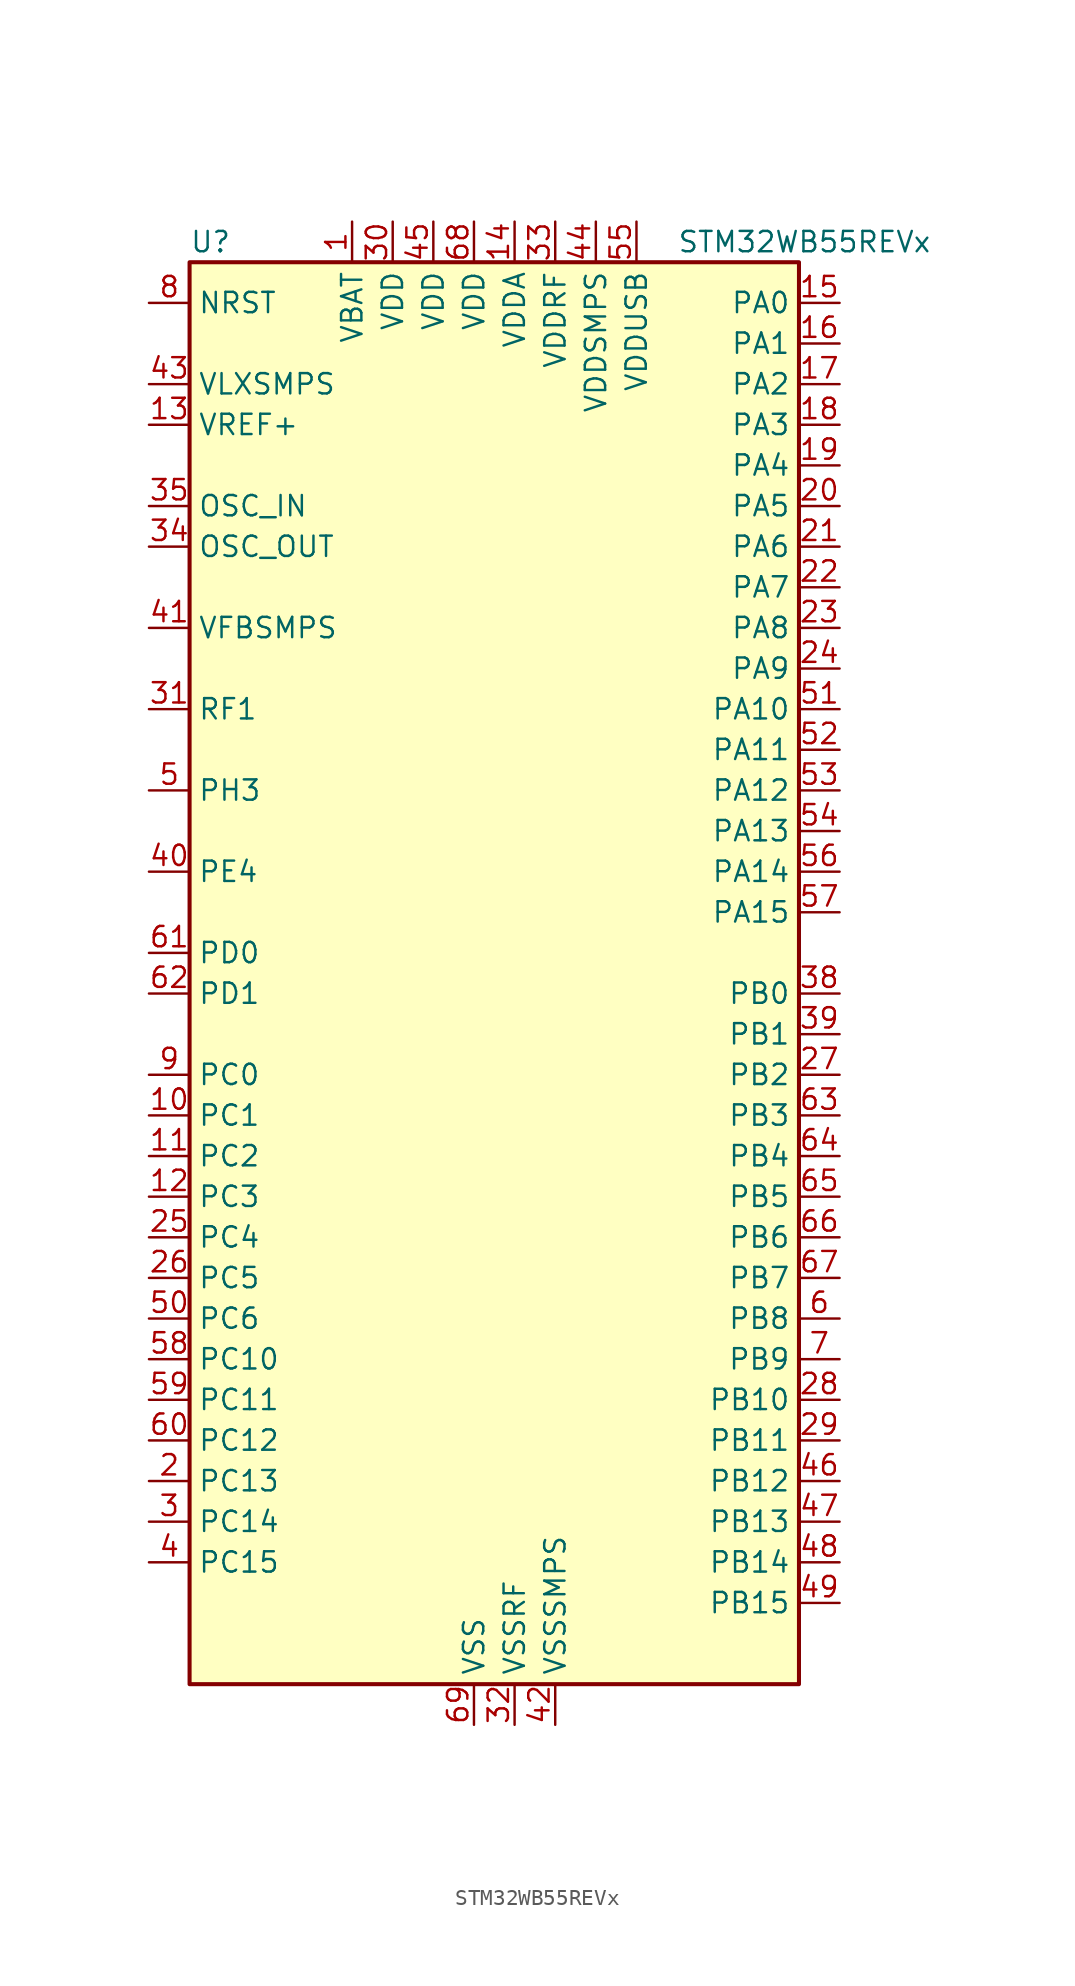
<source format=kicad_sym>
(kicad_symbol_lib
  (version 20231120)
  (generator "kicad_symbol_editor")
  (generator_version "8.0")
  (symbol "STM32WB55REVx"
    (property "Reference" "U"
      (at -17.78 46.99 0)
      (effects (font (size 1.27 1.27)) (justify left)))
    (property "Value" "STM32WB55REVx"
      (at 12.7 46.99 0)
      (effects (font (size 1.27 1.27)) (justify left)))
    (property "ki_locked" ""
      (at 0 0 0)
      (effects (font (size 1.27 1.27))))
    (symbol "STM32WB55REVx_0_1"
      (rectangle (start -17.78 -43.18) (end 20.32 45.72) (stroke (width 0.254) (type default)) (fill (type background))))
    (symbol "STM32WB55REVx_1_1"
      (pin power_in line (at -7.62 48.26 270) (length 2.54) (name "VBAT" (effects (font (size 1.27 1.27)))) (number "1" (effects (font (size 1.27 1.27)))))
      (pin bidirectional line (at -20.32 -7.62 0) (length 2.54) (name "PC1" (effects (font (size 1.27 1.27)))) (number "10" (effects (font (size 1.27 1.27)))) (alternate "ADC1_IN2" bidirectional line) (alternate "I2C3_SDA" bidirectional line) (alternate "LCD_SEG19" bidirectional line) (alternate "LPTIM1_OUT" bidirectional line) (alternate "LPUART1_TX" bidirectional line) (alternate "SPI2_MOSI" bidirectional line))
      (pin bidirectional line (at -20.32 -10.16 0) (length 2.54) (name "PC2" (effects (font (size 1.27 1.27)))) (number "11" (effects (font (size 1.27 1.27)))) (alternate "ADC1_IN3" bidirectional line) (alternate "LCD_SEG20" bidirectional line) (alternate "LPTIM1_IN2" bidirectional line) (alternate "SPI2_MISO" bidirectional line))
      (pin bidirectional line (at -20.32 -12.7 0) (length 2.54) (name "PC3" (effects (font (size 1.27 1.27)))) (number "12" (effects (font (size 1.27 1.27)))) (alternate "ADC1_IN4" bidirectional line) (alternate "LCD_VLCD" bidirectional line) (alternate "LPTIM1_ETR" bidirectional line) (alternate "LPTIM2_ETR" bidirectional line) (alternate "SAI1_D1" bidirectional line) (alternate "SAI1_SD_A" bidirectional line) (alternate "SPI2_MOSI" bidirectional line))
      (pin input line (at -20.32 35.56 0) (length 2.54) (name "VREF+" (effects (font (size 1.27 1.27)))) (number "13" (effects (font (size 1.27 1.27)))) (alternate "VREFBUF_OUT" bidirectional line))
      (pin power_in line (at 2.54 48.26 270) (length 2.54) (name "VDDA" (effects (font (size 1.27 1.27)))) (number "14" (effects (font (size 1.27 1.27)))))
      (pin bidirectional line (at 22.86 43.18 180) (length 2.54) (name "PA0" (effects (font (size 1.27 1.27)))) (number "15" (effects (font (size 1.27 1.27)))) (alternate "ADC1_IN5" bidirectional line) (alternate "COMP1_INM" bidirectional line) (alternate "COMP1_OUT" bidirectional line) (alternate "RTC_TAMP2" bidirectional line) (alternate "SAI1_EXTCLK" bidirectional line) (alternate "SYS_WKUP1" bidirectional line) (alternate "TIM2_CH1" bidirectional line) (alternate "TIM2_ETR" bidirectional line))
      (pin bidirectional line (at 22.86 40.64 180) (length 2.54) (name "PA1" (effects (font (size 1.27 1.27)))) (number "16" (effects (font (size 1.27 1.27)))) (alternate "ADC1_IN6" bidirectional line) (alternate "COMP1_INP" bidirectional line) (alternate "I2C1_SMBA" bidirectional line) (alternate "LCD_SEG0" bidirectional line) (alternate "SPI1_SCK" bidirectional line) (alternate "TIM2_CH2" bidirectional line))
      (pin bidirectional line (at 22.86 38.1 180) (length 2.54) (name "PA2" (effects (font (size 1.27 1.27)))) (number "17" (effects (font (size 1.27 1.27)))) (alternate "ADC1_IN7" bidirectional line) (alternate "COMP2_INM" bidirectional line) (alternate "COMP2_OUT" bidirectional line) (alternate "LCD_SEG1" bidirectional line) (alternate "LPUART1_TX" bidirectional line) (alternate "QUADSPI_BK1_NCS" bidirectional line) (alternate "RCC_LSCO" bidirectional line) (alternate "SYS_WKUP4" bidirectional line) (alternate "TIM2_CH3" bidirectional line))
      (pin bidirectional line (at 22.86 35.56 180) (length 2.54) (name "PA3" (effects (font (size 1.27 1.27)))) (number "18" (effects (font (size 1.27 1.27)))) (alternate "ADC1_IN8" bidirectional line) (alternate "COMP2_INP" bidirectional line) (alternate "LCD_SEG2" bidirectional line) (alternate "LPUART1_RX" bidirectional line) (alternate "QUADSPI_CLK" bidirectional line) (alternate "SAI1_CK1" bidirectional line) (alternate "SAI1_MCLK_A" bidirectional line) (alternate "TIM2_CH4" bidirectional line))
      (pin bidirectional line (at 22.86 33.02 180) (length 2.54) (name "PA4" (effects (font (size 1.27 1.27)))) (number "19" (effects (font (size 1.27 1.27)))) (alternate "ADC1_IN9" bidirectional line) (alternate "COMP1_INM" bidirectional line) (alternate "COMP2_INM" bidirectional line) (alternate "LCD_SEG5" bidirectional line) (alternate "LPTIM2_OUT" bidirectional line) (alternate "SAI1_FS_B" bidirectional line) (alternate "SPI1_NSS" bidirectional line))
      (pin bidirectional line (at -20.32 -30.48 0) (length 2.54) (name "PC13" (effects (font (size 1.27 1.27)))) (number "2" (effects (font (size 1.27 1.27)))) (alternate "RTC_OUT1" bidirectional line) (alternate "RTC_TAMP1" bidirectional line) (alternate "RTC_TS" bidirectional line) (alternate "SYS_WKUP2" bidirectional line))
      (pin bidirectional line (at 22.86 30.48 180) (length 2.54) (name "PA5" (effects (font (size 1.27 1.27)))) (number "20" (effects (font (size 1.27 1.27)))) (alternate "ADC1_IN10" bidirectional line) (alternate "COMP1_INM" bidirectional line) (alternate "COMP2_INM" bidirectional line) (alternate "LPTIM2_ETR" bidirectional line) (alternate "SAI1_SD_B" bidirectional line) (alternate "SPI1_SCK" bidirectional line) (alternate "TIM2_CH1" bidirectional line) (alternate "TIM2_ETR" bidirectional line))
      (pin bidirectional line (at 22.86 27.94 180) (length 2.54) (name "PA6" (effects (font (size 1.27 1.27)))) (number "21" (effects (font (size 1.27 1.27)))) (alternate "ADC1_IN11" bidirectional line) (alternate "LCD_SEG3" bidirectional line) (alternate "LPUART1_CTS" bidirectional line) (alternate "QUADSPI_BK1_IO3" bidirectional line) (alternate "SPI1_MISO" bidirectional line) (alternate "TIM16_CH1" bidirectional line) (alternate "TIM1_BKIN" bidirectional line))
      (pin bidirectional line (at 22.86 25.4 180) (length 2.54) (name "PA7" (effects (font (size 1.27 1.27)))) (number "22" (effects (font (size 1.27 1.27)))) (alternate "ADC1_IN12" bidirectional line) (alternate "COMP2_OUT" bidirectional line) (alternate "I2C3_SCL" bidirectional line) (alternate "LCD_SEG4" bidirectional line) (alternate "QUADSPI_BK1_IO2" bidirectional line) (alternate "SPI1_MOSI" bidirectional line) (alternate "TIM17_CH1" bidirectional line) (alternate "TIM1_CH1N" bidirectional line))
      (pin bidirectional line (at 22.86 22.86 180) (length 2.54) (name "PA8" (effects (font (size 1.27 1.27)))) (number "23" (effects (font (size 1.27 1.27)))) (alternate "ADC1_IN15" bidirectional line) (alternate "LCD_COM0" bidirectional line) (alternate "LPTIM2_OUT" bidirectional line) (alternate "RCC_MCO" bidirectional line) (alternate "SAI1_CK2" bidirectional line) (alternate "SAI1_SCK_A" bidirectional line) (alternate "TIM1_CH1" bidirectional line) (alternate "USART1_CK" bidirectional line))
      (pin bidirectional line (at 22.86 20.32 180) (length 2.54) (name "PA9" (effects (font (size 1.27 1.27)))) (number "24" (effects (font (size 1.27 1.27)))) (alternate "ADC1_IN16" bidirectional line) (alternate "COMP1_INM" bidirectional line) (alternate "I2C1_SCL" bidirectional line) (alternate "LCD_COM1" bidirectional line) (alternate "SAI1_D2" bidirectional line) (alternate "SAI1_FS_A" bidirectional line) (alternate "SPI2_SCK" bidirectional line) (alternate "TIM1_CH2" bidirectional line) (alternate "USART1_TX" bidirectional line))
      (pin bidirectional line (at -20.32 -15.24 0) (length 2.54) (name "PC4" (effects (font (size 1.27 1.27)))) (number "25" (effects (font (size 1.27 1.27)))) (alternate "ADC1_IN13" bidirectional line) (alternate "COMP1_INM" bidirectional line) (alternate "LCD_SEG22" bidirectional line))
      (pin bidirectional line (at -20.32 -17.78 0) (length 2.54) (name "PC5" (effects (font (size 1.27 1.27)))) (number "26" (effects (font (size 1.27 1.27)))) (alternate "ADC1_IN14" bidirectional line) (alternate "COMP1_INP" bidirectional line) (alternate "LCD_SEG23" bidirectional line) (alternate "SAI1_D3" bidirectional line) (alternate "SYS_WKUP5" bidirectional line))
      (pin bidirectional line (at 22.86 -5.08 180) (length 2.54) (name "PB2" (effects (font (size 1.27 1.27)))) (number "27" (effects (font (size 1.27 1.27)))) (alternate "COMP1_INP" bidirectional line) (alternate "I2C3_SMBA" bidirectional line) (alternate "LCD_VLCD" bidirectional line) (alternate "LPTIM1_OUT" bidirectional line) (alternate "RTC_OUT2" bidirectional line) (alternate "SAI1_EXTCLK" bidirectional line) (alternate "SPI1_NSS" bidirectional line))
      (pin bidirectional line (at 22.86 -25.4 180) (length 2.54) (name "PB10" (effects (font (size 1.27 1.27)))) (number "28" (effects (font (size 1.27 1.27)))) (alternate "COMP1_OUT" bidirectional line) (alternate "I2C3_SCL" bidirectional line) (alternate "LCD_SEG10" bidirectional line) (alternate "LPUART1_RX" bidirectional line) (alternate "QUADSPI_CLK" bidirectional line) (alternate "SAI1_SCK_A" bidirectional line) (alternate "SPI2_SCK" bidirectional line) (alternate "TIM2_CH3" bidirectional line) (alternate "TSC_SYNC" bidirectional line))
      (pin bidirectional line (at 22.86 -27.94 180) (length 2.54) (name "PB11" (effects (font (size 1.27 1.27)))) (number "29" (effects (font (size 1.27 1.27)))) (alternate "ADC1_EXTI11" bidirectional line) (alternate "COMP2_OUT" bidirectional line) (alternate "I2C3_SDA" bidirectional line) (alternate "LCD_SEG11" bidirectional line) (alternate "LPUART1_TX" bidirectional line) (alternate "QUADSPI_BK1_NCS" bidirectional line) (alternate "TIM2_CH4" bidirectional line))
      (pin bidirectional line (at -20.32 -33.02 0) (length 2.54) (name "PC14" (effects (font (size 1.27 1.27)))) (number "3" (effects (font (size 1.27 1.27)))) (alternate "RCC_OSC32_IN" bidirectional line))
      (pin power_in line (at -5.08 48.26 270) (length 2.54) (name "VDD" (effects (font (size 1.27 1.27)))) (number "30" (effects (font (size 1.27 1.27)))))
      (pin bidirectional line (at -20.32 17.78 0) (length 2.54) (name "RF1" (effects (font (size 1.27 1.27)))) (number "31" (effects (font (size 1.27 1.27)))) (alternate "RF_RF1" bidirectional line))
      (pin power_in line (at 2.54 -45.72 90) (length 2.54) (name "VSSRF" (effects (font (size 1.27 1.27)))) (number "32" (effects (font (size 1.27 1.27)))))
      (pin power_in line (at 5.08 48.26 270) (length 2.54) (name "VDDRF" (effects (font (size 1.27 1.27)))) (number "33" (effects (font (size 1.27 1.27)))))
      (pin input line (at -20.32 27.94 0) (length 2.54) (name "OSC_OUT" (effects (font (size 1.27 1.27)))) (number "34" (effects (font (size 1.27 1.27)))) (alternate "RCC_OSC_OUT" bidirectional line))
      (pin input line (at -20.32 30.48 0) (length 2.54) (name "OSC_IN" (effects (font (size 1.27 1.27)))) (number "35" (effects (font (size 1.27 1.27)))) (alternate "RCC_OSC_IN" bidirectional line))
      (pin no_connect line (at -17.78 -43.18 0) (length 2.54) hide (name "AT0" (effects (font (size 1.27 1.27)))) (number "36" (effects (font (size 1.27 1.27)))))
      (pin no_connect line (at -17.78 -40.64 0) (length 2.54) hide (name "AT1" (effects (font (size 1.27 1.27)))) (number "37" (effects (font (size 1.27 1.27)))))
      (pin bidirectional line (at 22.86 0 180) (length 2.54) (name "PB0" (effects (font (size 1.27 1.27)))) (number "38" (effects (font (size 1.27 1.27)))) (alternate "COMP1_OUT" bidirectional line) (alternate "RF_TX_MOD_EXT_PA" bidirectional line))
      (pin bidirectional line (at 22.86 -2.54 180) (length 2.54) (name "PB1" (effects (font (size 1.27 1.27)))) (number "39" (effects (font (size 1.27 1.27)))) (alternate "LPTIM2_IN1" bidirectional line) (alternate "LPUART1_DE" bidirectional line) (alternate "LPUART1_RTS" bidirectional line))
      (pin bidirectional line (at -20.32 -35.56 0) (length 2.54) (name "PC15" (effects (font (size 1.27 1.27)))) (number "4" (effects (font (size 1.27 1.27)))) (alternate "ADC1_EXTI15" bidirectional line) (alternate "RCC_OSC32_OUT" bidirectional line))
      (pin bidirectional line (at -20.32 7.62 0) (length 2.54) (name "PE4" (effects (font (size 1.27 1.27)))) (number "40" (effects (font (size 1.27 1.27)))))
      (pin input line (at -20.32 22.86 0) (length 2.54) (name "VFBSMPS" (effects (font (size 1.27 1.27)))) (number "41" (effects (font (size 1.27 1.27)))))
      (pin power_in line (at 5.08 -45.72 90) (length 2.54) (name "VSSSMPS" (effects (font (size 1.27 1.27)))) (number "42" (effects (font (size 1.27 1.27)))))
      (pin power_in line (at -20.32 38.1 0) (length 2.54) (name "VLXSMPS" (effects (font (size 1.27 1.27)))) (number "43" (effects (font (size 1.27 1.27)))))
      (pin power_in line (at 7.62 48.26 270) (length 2.54) (name "VDDSMPS" (effects (font (size 1.27 1.27)))) (number "44" (effects (font (size 1.27 1.27)))))
      (pin power_in line (at -2.54 48.26 270) (length 2.54) (name "VDD" (effects (font (size 1.27 1.27)))) (number "45" (effects (font (size 1.27 1.27)))))
      (pin bidirectional line (at 22.86 -30.48 180) (length 2.54) (name "PB12" (effects (font (size 1.27 1.27)))) (number "46" (effects (font (size 1.27 1.27)))) (alternate "I2C3_SMBA" bidirectional line) (alternate "LCD_SEG12" bidirectional line) (alternate "LPUART1_DE" bidirectional line) (alternate "LPUART1_RTS" bidirectional line) (alternate "SAI1_FS_A" bidirectional line) (alternate "SPI2_NSS" bidirectional line) (alternate "TIM1_BKIN" bidirectional line) (alternate "TSC_G1_IO1" bidirectional line))
      (pin bidirectional line (at 22.86 -33.02 180) (length 2.54) (name "PB13" (effects (font (size 1.27 1.27)))) (number "47" (effects (font (size 1.27 1.27)))) (alternate "I2C3_SCL" bidirectional line) (alternate "LCD_SEG13" bidirectional line) (alternate "LPUART1_CTS" bidirectional line) (alternate "SAI1_SCK_A" bidirectional line) (alternate "SPI2_SCK" bidirectional line) (alternate "TIM1_CH1N" bidirectional line) (alternate "TSC_G1_IO2" bidirectional line))
      (pin bidirectional line (at 22.86 -35.56 180) (length 2.54) (name "PB14" (effects (font (size 1.27 1.27)))) (number "48" (effects (font (size 1.27 1.27)))) (alternate "I2C3_SDA" bidirectional line) (alternate "LCD_SEG14" bidirectional line) (alternate "SAI1_MCLK_A" bidirectional line) (alternate "SPI2_MISO" bidirectional line) (alternate "TIM1_CH2N" bidirectional line) (alternate "TSC_G1_IO3" bidirectional line))
      (pin bidirectional line (at 22.86 -38.1 180) (length 2.54) (name "PB15" (effects (font (size 1.27 1.27)))) (number "49" (effects (font (size 1.27 1.27)))) (alternate "ADC1_EXTI15" bidirectional line) (alternate "LCD_SEG15" bidirectional line) (alternate "RTC_REFIN" bidirectional line) (alternate "SAI1_SD_A" bidirectional line) (alternate "SPI2_MOSI" bidirectional line) (alternate "TIM1_CH3N" bidirectional line) (alternate "TSC_G1_IO4" bidirectional line))
      (pin bidirectional line (at -20.32 12.7 0) (length 2.54) (name "PH3" (effects (font (size 1.27 1.27)))) (number "5" (effects (font (size 1.27 1.27)))) (alternate "RCC_LSCO" bidirectional line))
      (pin bidirectional line (at -20.32 -20.32 0) (length 2.54) (name "PC6" (effects (font (size 1.27 1.27)))) (number "50" (effects (font (size 1.27 1.27)))) (alternate "LCD_SEG24" bidirectional line))
      (pin bidirectional line (at 22.86 17.78 180) (length 2.54) (name "PA10" (effects (font (size 1.27 1.27)))) (number "51" (effects (font (size 1.27 1.27)))) (alternate "CRS_SYNC" bidirectional line) (alternate "I2C1_SDA" bidirectional line) (alternate "LCD_COM2" bidirectional line) (alternate "SAI1_D1" bidirectional line) (alternate "SAI1_SD_A" bidirectional line) (alternate "TIM17_BKIN" bidirectional line) (alternate "TIM1_CH3" bidirectional line) (alternate "USART1_RX" bidirectional line))
      (pin bidirectional line (at 22.86 15.24 180) (length 2.54) (name "PA11" (effects (font (size 1.27 1.27)))) (number "52" (effects (font (size 1.27 1.27)))) (alternate "ADC1_EXTI11" bidirectional line) (alternate "SPI1_MISO" bidirectional line) (alternate "TIM1_BKIN2" bidirectional line) (alternate "TIM1_CH4" bidirectional line) (alternate "USART1_CTS" bidirectional line) (alternate "USART1_NSS" bidirectional line) (alternate "USB_DM" bidirectional line))
      (pin bidirectional line (at 22.86 12.7 180) (length 2.54) (name "PA12" (effects (font (size 1.27 1.27)))) (number "53" (effects (font (size 1.27 1.27)))) (alternate "LPUART1_RX" bidirectional line) (alternate "SPI1_MOSI" bidirectional line) (alternate "TIM1_ETR" bidirectional line) (alternate "USART1_DE" bidirectional line) (alternate "USART1_RTS" bidirectional line) (alternate "USB_DP" bidirectional line))
      (pin bidirectional line (at 22.86 10.16 180) (length 2.54) (name "PA13" (effects (font (size 1.27 1.27)))) (number "54" (effects (font (size 1.27 1.27)))) (alternate "IR_OUT" bidirectional line) (alternate "SAI1_SD_B" bidirectional line) (alternate "SYS_JTMS-SWDIO" bidirectional line) (alternate "USB_NOE" bidirectional line))
      (pin power_in line (at 10.16 48.26 270) (length 2.54) (name "VDDUSB" (effects (font (size 1.27 1.27)))) (number "55" (effects (font (size 1.27 1.27)))))
      (pin bidirectional line (at 22.86 7.62 180) (length 2.54) (name "PA14" (effects (font (size 1.27 1.27)))) (number "56" (effects (font (size 1.27 1.27)))) (alternate "I2C1_SMBA" bidirectional line) (alternate "LCD_SEG5" bidirectional line) (alternate "LPTIM1_OUT" bidirectional line) (alternate "SAI1_FS_B" bidirectional line) (alternate "SYS_JTCK-SWCLK" bidirectional line))
      (pin bidirectional line (at 22.86 5.08 180) (length 2.54) (name "PA15" (effects (font (size 1.27 1.27)))) (number "57" (effects (font (size 1.27 1.27)))) (alternate "ADC1_EXTI15" bidirectional line) (alternate "LCD_SEG17" bidirectional line) (alternate "RCC_MCO" bidirectional line) (alternate "SPI1_NSS" bidirectional line) (alternate "SYS_JTDI" bidirectional line) (alternate "TIM2_CH1" bidirectional line) (alternate "TIM2_ETR" bidirectional line) (alternate "TSC_G3_IO1" bidirectional line))
      (pin bidirectional line (at -20.32 -22.86 0) (length 2.54) (name "PC10" (effects (font (size 1.27 1.27)))) (number "58" (effects (font (size 1.27 1.27)))) (alternate "LCD_COM4" bidirectional line) (alternate "LCD_SEG28" bidirectional line) (alternate "LCD_SEG40" bidirectional line) (alternate "SYS_TRACED1" bidirectional line) (alternate "TSC_G3_IO2" bidirectional line))
      (pin bidirectional line (at -20.32 -25.4 0) (length 2.54) (name "PC11" (effects (font (size 1.27 1.27)))) (number "59" (effects (font (size 1.27 1.27)))) (alternate "ADC1_EXTI11" bidirectional line) (alternate "LCD_COM5" bidirectional line) (alternate "LCD_SEG29" bidirectional line) (alternate "LCD_SEG41" bidirectional line) (alternate "TSC_G3_IO3" bidirectional line))
      (pin bidirectional line (at 22.86 -20.32 180) (length 2.54) (name "PB8" (effects (font (size 1.27 1.27)))) (number "6" (effects (font (size 1.27 1.27)))) (alternate "I2C1_SCL" bidirectional line) (alternate "LCD_SEG16" bidirectional line) (alternate "QUADSPI_BK1_IO1" bidirectional line) (alternate "SAI1_CK1" bidirectional line) (alternate "SAI1_MCLK_A" bidirectional line) (alternate "TIM16_CH1" bidirectional line) (alternate "TIM1_CH2N" bidirectional line))
      (pin bidirectional line (at -20.32 -27.94 0) (length 2.54) (name "PC12" (effects (font (size 1.27 1.27)))) (number "60" (effects (font (size 1.27 1.27)))) (alternate "LCD_COM6" bidirectional line) (alternate "LCD_SEG30" bidirectional line) (alternate "LCD_SEG42" bidirectional line) (alternate "RCC_LSCO" bidirectional line) (alternate "RTC_TAMP3" bidirectional line) (alternate "SYS_TRACED3" bidirectional line) (alternate "SYS_WKUP3" bidirectional line) (alternate "TSC_G3_IO4" bidirectional line))
      (pin bidirectional line (at -20.32 2.54 0) (length 2.54) (name "PD0" (effects (font (size 1.27 1.27)))) (number "61" (effects (font (size 1.27 1.27)))) (alternate "SPI2_NSS" bidirectional line))
      (pin bidirectional line (at -20.32 0 0) (length 2.54) (name "PD1" (effects (font (size 1.27 1.27)))) (number "62" (effects (font (size 1.27 1.27)))) (alternate "SPI2_SCK" bidirectional line))
      (pin bidirectional line (at 22.86 -7.62 180) (length 2.54) (name "PB3" (effects (font (size 1.27 1.27)))) (number "63" (effects (font (size 1.27 1.27)))) (alternate "COMP2_INM" bidirectional line) (alternate "LCD_SEG7" bidirectional line) (alternate "SAI1_SCK_B" bidirectional line) (alternate "SPI1_SCK" bidirectional line) (alternate "SYS_JTDO-SWO" bidirectional line) (alternate "TIM2_CH2" bidirectional line) (alternate "USART1_DE" bidirectional line) (alternate "USART1_RTS" bidirectional line))
      (pin bidirectional line (at 22.86 -10.16 180) (length 2.54) (name "PB4" (effects (font (size 1.27 1.27)))) (number "64" (effects (font (size 1.27 1.27)))) (alternate "COMP2_INP" bidirectional line) (alternate "I2C3_SDA" bidirectional line) (alternate "LCD_SEG8" bidirectional line) (alternate "SAI1_MCLK_B" bidirectional line) (alternate "SPI1_MISO" bidirectional line) (alternate "SYS_JTRST" bidirectional line) (alternate "TIM17_BKIN" bidirectional line) (alternate "TSC_G2_IO1" bidirectional line) (alternate "USART1_CTS" bidirectional line) (alternate "USART1_NSS" bidirectional line))
      (pin bidirectional line (at 22.86 -12.7 180) (length 2.54) (name "PB5" (effects (font (size 1.27 1.27)))) (number "65" (effects (font (size 1.27 1.27)))) (alternate "COMP2_OUT" bidirectional line) (alternate "I2C1_SMBA" bidirectional line) (alternate "LCD_SEG9" bidirectional line) (alternate "LPTIM1_IN1" bidirectional line) (alternate "LPUART1_TX" bidirectional line) (alternate "SAI1_SD_B" bidirectional line) (alternate "SPI1_MOSI" bidirectional line) (alternate "TIM16_BKIN" bidirectional line) (alternate "TSC_G2_IO2" bidirectional line) (alternate "USART1_CK" bidirectional line))
      (pin bidirectional line (at 22.86 -15.24 180) (length 2.54) (name "PB6" (effects (font (size 1.27 1.27)))) (number "66" (effects (font (size 1.27 1.27)))) (alternate "COMP2_INP" bidirectional line) (alternate "I2C1_SCL" bidirectional line) (alternate "LCD_SEG6" bidirectional line) (alternate "LPTIM1_ETR" bidirectional line) (alternate "RCC_MCO" bidirectional line) (alternate "SAI1_FS_B" bidirectional line) (alternate "TIM16_CH1N" bidirectional line) (alternate "TSC_G2_IO3" bidirectional line) (alternate "USART1_TX" bidirectional line))
      (pin bidirectional line (at 22.86 -17.78 180) (length 2.54) (name "PB7" (effects (font (size 1.27 1.27)))) (number "67" (effects (font (size 1.27 1.27)))) (alternate "COMP2_INM" bidirectional line) (alternate "I2C1_SDA" bidirectional line) (alternate "LCD_SEG21" bidirectional line) (alternate "LPTIM1_IN2" bidirectional line) (alternate "SYS_PVD_IN" bidirectional line) (alternate "TIM17_CH1N" bidirectional line) (alternate "TIM1_BKIN" bidirectional line) (alternate "TSC_G2_IO4" bidirectional line) (alternate "USART1_RX" bidirectional line))
      (pin power_in line (at 0 48.26 270) (length 2.54) (name "VDD" (effects (font (size 1.27 1.27)))) (number "68" (effects (font (size 1.27 1.27)))))
      (pin power_in line (at 0 -45.72 90) (length 2.54) (name "VSS" (effects (font (size 1.27 1.27)))) (number "69" (effects (font (size 1.27 1.27)))))
      (pin bidirectional line (at 22.86 -22.86 180) (length 2.54) (name "PB9" (effects (font (size 1.27 1.27)))) (number "7" (effects (font (size 1.27 1.27)))) (alternate "I2C1_SDA" bidirectional line) (alternate "IR_OUT" bidirectional line) (alternate "LCD_COM3" bidirectional line) (alternate "QUADSPI_BK1_IO0" bidirectional line) (alternate "SAI1_D2" bidirectional line) (alternate "SAI1_FS_A" bidirectional line) (alternate "SPI2_NSS" bidirectional line) (alternate "TIM17_CH1" bidirectional line) (alternate "TIM1_CH3N" bidirectional line))
      (pin input line (at -20.32 43.18 0) (length 2.54) (name "NRST" (effects (font (size 1.27 1.27)))) (number "8" (effects (font (size 1.27 1.27)))))
      (pin bidirectional line (at -20.32 -5.08 0) (length 2.54) (name "PC0" (effects (font (size 1.27 1.27)))) (number "9" (effects (font (size 1.27 1.27)))) (alternate "ADC1_IN1" bidirectional line) (alternate "I2C3_SCL" bidirectional line) (alternate "LCD_SEG18" bidirectional line) (alternate "LPTIM1_IN1" bidirectional line) (alternate "LPTIM2_IN1" bidirectional line) (alternate "LPUART1_RX" bidirectional line)))))
</source>
